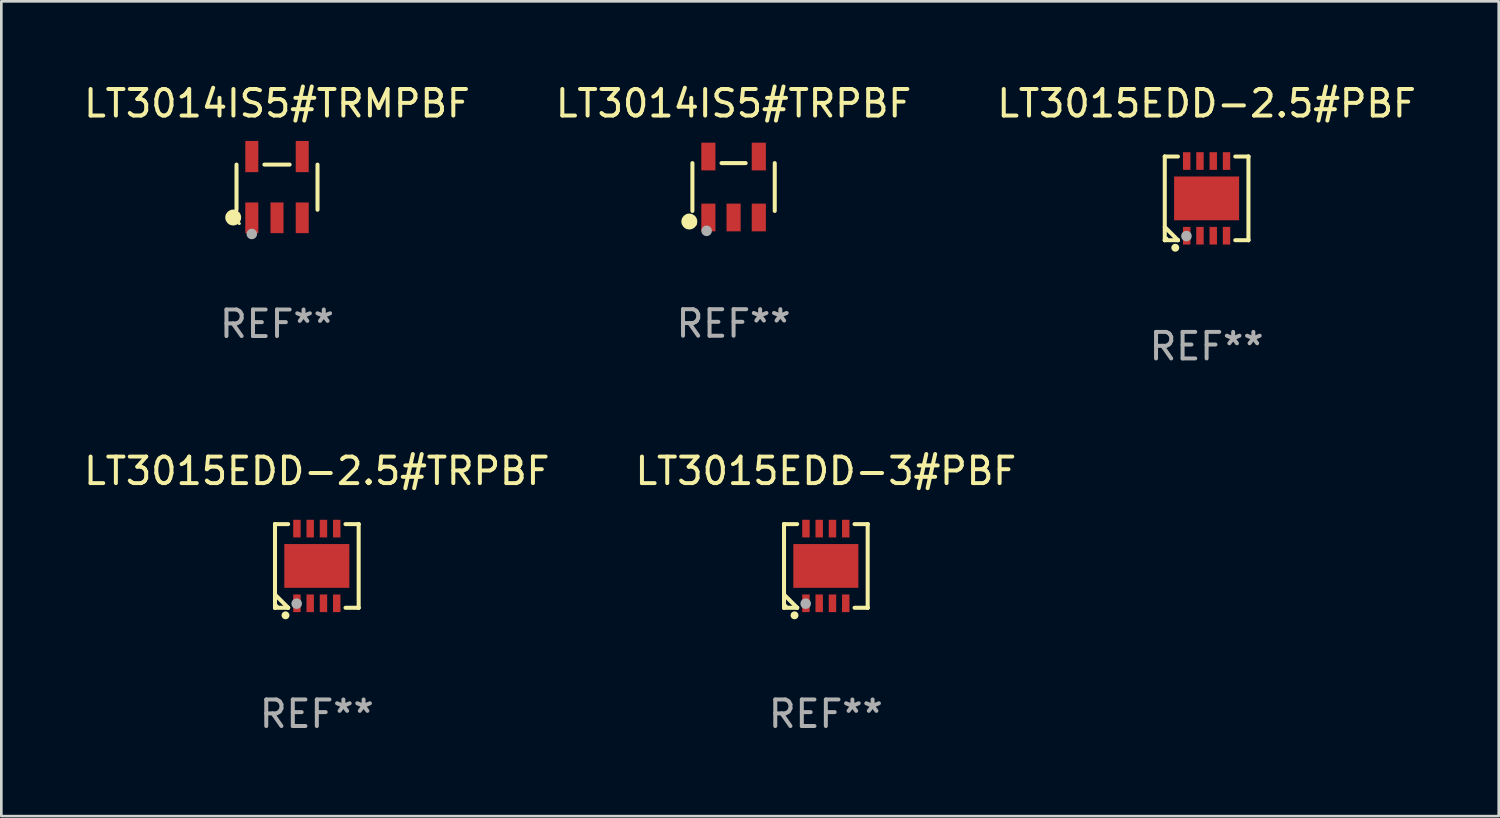
<source format=kicad_pcb>
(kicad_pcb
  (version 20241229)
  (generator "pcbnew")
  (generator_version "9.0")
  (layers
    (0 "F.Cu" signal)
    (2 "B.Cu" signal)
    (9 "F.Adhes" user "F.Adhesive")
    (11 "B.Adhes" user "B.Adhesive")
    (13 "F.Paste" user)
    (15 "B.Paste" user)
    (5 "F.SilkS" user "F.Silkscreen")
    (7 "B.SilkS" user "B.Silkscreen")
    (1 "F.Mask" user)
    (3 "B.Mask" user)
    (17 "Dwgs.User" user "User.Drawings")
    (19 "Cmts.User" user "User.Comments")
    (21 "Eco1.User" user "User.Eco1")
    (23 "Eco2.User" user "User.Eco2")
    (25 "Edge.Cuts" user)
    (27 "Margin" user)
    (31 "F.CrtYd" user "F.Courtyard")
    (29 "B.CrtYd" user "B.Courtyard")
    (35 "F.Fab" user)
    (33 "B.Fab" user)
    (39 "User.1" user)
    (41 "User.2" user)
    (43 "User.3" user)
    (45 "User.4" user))
  (footprint "LT3014IS5#TRMPBF"
    (layer "F.Cu")
    (at 7.387 4.002)
    (property "Reference" "LT3014IS5#TRMPBF" (at 0 -3.154 0) (layer "F.SilkS") (effects (font (size 1 1) (thickness 0.15))))
    (attr through_hole)
    (fp_line (start -1.526 0.851) (end -1.526 -0.851) (stroke (width 0.152) (type solid)) (layer "F.SilkS"))
    (fp_line (start 0.476 -0.851) (end -0.476 -0.851) (stroke (width 0.152) (type solid)) (layer "F.SilkS"))
    (fp_line (start 1.526 0.851) (end 1.526 -0.851) (stroke (width 0.152) (type solid)) (layer "F.SilkS"))
    (fp_circle (center -1.651 1.143) (end -1.501 1.143) (stroke (width 0.3) (type solid)) (fill no) (layer "F.SilkS"))
    (fp_circle (center -1.42 1.37) (end -1.39 1.37) (stroke (width 0.06) (type solid)) (fill no) (layer "F.SilkS"))
    (fp_circle (center -0.95 1.763) (end -0.85 1.763) (stroke (width 0.2) (type solid)) (fill no) (layer "F.Fab"))
    (fp_text user "REF**" (at 0 5.154 0) (layer "F.Fab") (effects (font (size 1 1) (thickness 0.15))))
    (pad "1" smd rect (at -0.95 1.154) (size 0.49 1.157) (layers "F.Cu" "F.Mask" "F.Paste"))
    (pad "2" smd rect (at 0 1.154) (size 0.49 1.157) (layers "F.Cu" "F.Mask" "F.Paste"))
    (pad "3" smd rect (at 0.95 1.154) (size 0.49 1.157) (layers "F.Cu" "F.Mask" "F.Paste"))
    (pad "4" smd rect (at 0.95 -1.154) (size 0.49 1.175) (layers "F.Cu" "F.Mask" "F.Paste"))
    (pad "5" smd rect (at -0.95 -1.154) (size 0.49 1.175) (layers "F.Cu" "F.Mask" "F.Paste")))
  (footprint "LT3014IS5#TRPBF"
    (layer "F.Cu")
    (at 24.589 3.996)
    (property "Reference" "LT3014IS5#TRPBF" (at 0 -3.148 0) (layer "F.SilkS") (effects (font (size 1 1) (thickness 0.15))))
    (attr through_hole)
    (fp_line (start -1.551 0.901) (end -1.551 -0.901) (stroke (width 0.152) (type solid)) (layer "F.SilkS"))
    (fp_line (start 0.455 -0.901) (end -0.455 -0.901) (stroke (width 0.152) (type solid)) (layer "F.SilkS"))
    (fp_line (start 1.551 0.901) (end 1.551 -0.901) (stroke (width 0.152) (type solid)) (layer "F.SilkS"))
    (fp_circle (center -1.668 1.3) (end -1.518 1.3) (stroke (width 0.3) (type solid)) (fill no) (layer "F.SilkS"))
    (fp_circle (center -1.45 1.4) (end -1.42 1.4) (stroke (width 0.06) (type solid)) (fill no) (layer "F.SilkS"))
    (fp_circle (center -1.016 1.651) (end -0.916 1.651) (stroke (width 0.2) (type solid)) (fill no) (layer "F.Fab"))
    (fp_text user "REF**" (at 0 5.148 0) (layer "F.Fab") (effects (font (size 1 1) (thickness 0.15))))
    (pad "1" smd rect (at -0.95 1.148) (size 0.532 1.045) (layers "F.Cu" "F.Mask" "F.Paste"))
    (pad "2" smd rect (at 0 1.148) (size 0.532 1.045) (layers "F.Cu" "F.Mask" "F.Paste"))
    (pad "3" smd rect (at 0.95 1.148) (size 0.532 1.045) (layers "F.Cu" "F.Mask" "F.Paste"))
    (pad "4" smd rect (at 0.95 -1.148) (size 0.532 1.045) (layers "F.Cu" "F.Mask" "F.Paste"))
    (pad "5" smd rect (at -0.95 -1.148) (size 0.532 1.045) (layers "F.Cu" "F.Mask" "F.Paste")))
  (footprint "LT3015EDD-2.5#PBF"
    (layer "F.Cu")
    (at 42.411 4.424)
    (property "Reference" "LT3015EDD-2.5#PBF" (at 0 -3.576 0) (layer "F.SilkS") (effects (font (size 1 1) (thickness 0.15))))
    (attr through_hole)
    (fp_line (start -1.576 -1.576) (end -1.576 -1.576) (stroke (width 0.152) (type solid)) (layer "F.SilkS"))
    (fp_line (start -1.576 -1.576) (end -1.08 -1.576) (stroke (width 0.152) (type solid)) (layer "F.SilkS"))
    (fp_line (start -1.576 1.576) (end -1.576 -1.576) (stroke (width 0.152) (type solid)) (layer "F.SilkS"))
    (fp_line (start -1.576 1.576) (end -1.576 1.576) (stroke (width 0.152) (type solid)) (layer "F.SilkS"))
    (fp_line (start -1.08 1.575) (end -1.576 1.079) (stroke (width 0.152) (type solid)) (layer "F.SilkS"))
    (fp_line (start -1.08 1.576) (end -1.576 1.576) (stroke (width 0.152) (type solid)) (layer "F.SilkS"))
    (fp_line (start -1.08 1.576) (end -1.08 1.575) (stroke (width 0.152) (type solid)) (layer "F.SilkS"))
    (fp_line (start 1.08 1.576) (end 1.576 1.576) (stroke (width 0.152) (type solid)) (layer "F.SilkS"))
    (fp_line (start 1.576 -1.576) (end 1.08 -1.576) (stroke (width 0.152) (type solid)) (layer "F.SilkS"))
    (fp_line (start 1.576 -1.576) (end 1.576 -1.576) (stroke (width 0.152) (type solid)) (layer "F.SilkS"))
    (fp_line (start 1.576 1.576) (end 1.576 -1.576) (stroke (width 0.152) (type solid)) (layer "F.SilkS"))
    (fp_line (start 1.576 1.576) (end 1.576 1.576) (stroke (width 0.152) (type solid)) (layer "F.SilkS"))
    (fp_circle (center -1.5 1.5) (end -1.47 1.5) (stroke (width 0.06) (type solid)) (fill no) (layer "F.SilkS"))
    (fp_circle (center -1.18 1.86) (end -1.105 1.86) (stroke (width 0.15) (type solid)) (fill no) (layer "F.SilkS"))
    (fp_circle (center -0.76 1.42) (end -0.66 1.42) (stroke (width 0.2) (type solid)) (fill no) (layer "F.Fab"))
    (fp_text user "REF**" (at 0 5.576 0) (layer "F.Fab") (effects (font (size 1 1) (thickness 0.15))))
    (pad "1" smd rect (at -0.75 1.407) (size 0.28 0.665) (layers "F.Cu" "F.Mask" "F.Paste"))
    (pad "2" smd rect (at -0.25 1.407) (size 0.28 0.665) (layers "F.Cu" "F.Mask" "F.Paste"))
    (pad "3" smd rect (at 0.25 1.407) (size 0.28 0.665) (layers "F.Cu" "F.Mask" "F.Paste"))
    (pad "4" smd rect (at 0.75 1.407) (size 0.28 0.665) (layers "F.Cu" "F.Mask" "F.Paste"))
    (pad "5" smd rect (at 0.75 -1.407) (size 0.28 0.665) (layers "F.Cu" "F.Mask" "F.Paste"))
    (pad "6" smd rect (at 0.25 -1.407) (size 0.28 0.665) (layers "F.Cu" "F.Mask" "F.Paste"))
    (pad "7" smd rect (at -0.25 -1.407) (size 0.28 0.665) (layers "F.Cu" "F.Mask" "F.Paste"))
    (pad "8" smd rect (at -0.75 -1.407) (size 0.28 0.665) (layers "F.Cu" "F.Mask" "F.Paste"))
    (pad "9" smd rect (at 0 0) (size 2.45 1.65) (layers "F.Cu" "F.Mask" "F.Paste")))
  (footprint "LT3015EDD-2.5#TRPBF"
    (layer "F.Cu")
    (at 8.887 18.273)
    (property "Reference" "LT3015EDD-2.5#TRPBF" (at 0 -3.576 0) (layer "F.SilkS") (effects (font (size 1 1) (thickness 0.15))))
    (attr through_hole)
    (fp_line (start -1.576 -1.576) (end -1.576 -1.576) (stroke (width 0.152) (type solid)) (layer "F.SilkS"))
    (fp_line (start -1.576 -1.576) (end -1.08 -1.576) (stroke (width 0.152) (type solid)) (layer "F.SilkS"))
    (fp_line (start -1.576 1.576) (end -1.576 -1.576) (stroke (width 0.152) (type solid)) (layer "F.SilkS"))
    (fp_line (start -1.576 1.576) (end -1.576 1.576) (stroke (width 0.152) (type solid)) (layer "F.SilkS"))
    (fp_line (start -1.08 1.575) (end -1.576 1.079) (stroke (width 0.152) (type solid)) (layer "F.SilkS"))
    (fp_line (start -1.08 1.576) (end -1.576 1.576) (stroke (width 0.152) (type solid)) (layer "F.SilkS"))
    (fp_line (start -1.08 1.576) (end -1.08 1.575) (stroke (width 0.152) (type solid)) (layer "F.SilkS"))
    (fp_line (start 1.08 1.576) (end 1.576 1.576) (stroke (width 0.152) (type solid)) (layer "F.SilkS"))
    (fp_line (start 1.576 -1.576) (end 1.08 -1.576) (stroke (width 0.152) (type solid)) (layer "F.SilkS"))
    (fp_line (start 1.576 -1.576) (end 1.576 -1.576) (stroke (width 0.152) (type solid)) (layer "F.SilkS"))
    (fp_line (start 1.576 1.576) (end 1.576 -1.576) (stroke (width 0.152) (type solid)) (layer "F.SilkS"))
    (fp_line (start 1.576 1.576) (end 1.576 1.576) (stroke (width 0.152) (type solid)) (layer "F.SilkS"))
    (fp_circle (center -1.5 1.5) (end -1.47 1.5) (stroke (width 0.06) (type solid)) (fill no) (layer "F.SilkS"))
    (fp_circle (center -1.18 1.86) (end -1.105 1.86) (stroke (width 0.15) (type solid)) (fill no) (layer "F.SilkS"))
    (fp_circle (center -0.76 1.42) (end -0.66 1.42) (stroke (width 0.2) (type solid)) (fill no) (layer "F.Fab"))
    (fp_text user "REF**" (at 0 5.576 0) (layer "F.Fab") (effects (font (size 1 1) (thickness 0.15))))
    (pad "1" smd rect (at -0.75 1.407) (size 0.28 0.665) (layers "F.Cu" "F.Mask" "F.Paste"))
    (pad "2" smd rect (at -0.25 1.407) (size 0.28 0.665) (layers "F.Cu" "F.Mask" "F.Paste"))
    (pad "3" smd rect (at 0.25 1.407) (size 0.28 0.665) (layers "F.Cu" "F.Mask" "F.Paste"))
    (pad "4" smd rect (at 0.75 1.407) (size 0.28 0.665) (layers "F.Cu" "F.Mask" "F.Paste"))
    (pad "5" smd rect (at 0.75 -1.407) (size 0.28 0.665) (layers "F.Cu" "F.Mask" "F.Paste"))
    (pad "6" smd rect (at 0.25 -1.407) (size 0.28 0.665) (layers "F.Cu" "F.Mask" "F.Paste"))
    (pad "7" smd rect (at -0.25 -1.407) (size 0.28 0.665) (layers "F.Cu" "F.Mask" "F.Paste"))
    (pad "8" smd rect (at -0.75 -1.407) (size 0.28 0.665) (layers "F.Cu" "F.Mask" "F.Paste"))
    (pad "9" smd rect (at 0 0) (size 2.45 1.65) (layers "F.Cu" "F.Mask" "F.Paste")))
  (footprint "LT3015EDD-3#PBF"
    (layer "F.Cu")
    (at 28.065 18.273)
    (property "Reference" "LT3015EDD-3#PBF" (at 0 -3.576 0) (layer "F.SilkS") (effects (font (size 1 1) (thickness 0.15))))
    (attr through_hole)
    (fp_line (start -1.576 -1.576) (end -1.576 -1.576) (stroke (width 0.152) (type solid)) (layer "F.SilkS"))
    (fp_line (start -1.576 -1.576) (end -1.08 -1.576) (stroke (width 0.152) (type solid)) (layer "F.SilkS"))
    (fp_line (start -1.576 1.576) (end -1.576 -1.576) (stroke (width 0.152) (type solid)) (layer "F.SilkS"))
    (fp_line (start -1.576 1.576) (end -1.576 1.576) (stroke (width 0.152) (type solid)) (layer "F.SilkS"))
    (fp_line (start -1.08 1.575) (end -1.576 1.079) (stroke (width 0.152) (type solid)) (layer "F.SilkS"))
    (fp_line (start -1.08 1.576) (end -1.576 1.576) (stroke (width 0.152) (type solid)) (layer "F.SilkS"))
    (fp_line (start -1.08 1.576) (end -1.08 1.575) (stroke (width 0.152) (type solid)) (layer "F.SilkS"))
    (fp_line (start 1.08 1.576) (end 1.576 1.576) (stroke (width 0.152) (type solid)) (layer "F.SilkS"))
    (fp_line (start 1.576 -1.576) (end 1.08 -1.576) (stroke (width 0.152) (type solid)) (layer "F.SilkS"))
    (fp_line (start 1.576 -1.576) (end 1.576 -1.576) (stroke (width 0.152) (type solid)) (layer "F.SilkS"))
    (fp_line (start 1.576 1.576) (end 1.576 -1.576) (stroke (width 0.152) (type solid)) (layer "F.SilkS"))
    (fp_line (start 1.576 1.576) (end 1.576 1.576) (stroke (width 0.152) (type solid)) (layer "F.SilkS"))
    (fp_circle (center -1.5 1.5) (end -1.47 1.5) (stroke (width 0.06) (type solid)) (fill no) (layer "F.SilkS"))
    (fp_circle (center -1.18 1.86) (end -1.105 1.86) (stroke (width 0.15) (type solid)) (fill no) (layer "F.SilkS"))
    (fp_circle (center -0.76 1.42) (end -0.66 1.42) (stroke (width 0.2) (type solid)) (fill no) (layer "F.Fab"))
    (fp_text user "REF**" (at 0 5.576 0) (layer "F.Fab") (effects (font (size 1 1) (thickness 0.15))))
    (pad "1" smd rect (at -0.75 1.407) (size 0.28 0.665) (layers "F.Cu" "F.Mask" "F.Paste"))
    (pad "2" smd rect (at -0.25 1.407) (size 0.28 0.665) (layers "F.Cu" "F.Mask" "F.Paste"))
    (pad "3" smd rect (at 0.25 1.407) (size 0.28 0.665) (layers "F.Cu" "F.Mask" "F.Paste"))
    (pad "4" smd rect (at 0.75 1.407) (size 0.28 0.665) (layers "F.Cu" "F.Mask" "F.Paste"))
    (pad "5" smd rect (at 0.75 -1.407) (size 0.28 0.665) (layers "F.Cu" "F.Mask" "F.Paste"))
    (pad "6" smd rect (at 0.25 -1.407) (size 0.28 0.665) (layers "F.Cu" "F.Mask" "F.Paste"))
    (pad "7" smd rect (at -0.25 -1.407) (size 0.28 0.665) (layers "F.Cu" "F.Mask" "F.Paste"))
    (pad "8" smd rect (at -0.75 -1.407) (size 0.28 0.665) (layers "F.Cu" "F.Mask" "F.Paste"))
    (pad "9" smd rect (at 0 0) (size 2.45 1.65) (layers "F.Cu" "F.Mask" "F.Paste")))
  (gr_rect
    (start -3 -3)
    (end 53.417 27.698)
    (stroke (width 0.1) (type default))
    (fill no)
    (layer "Edge.Cuts")))
</source>
